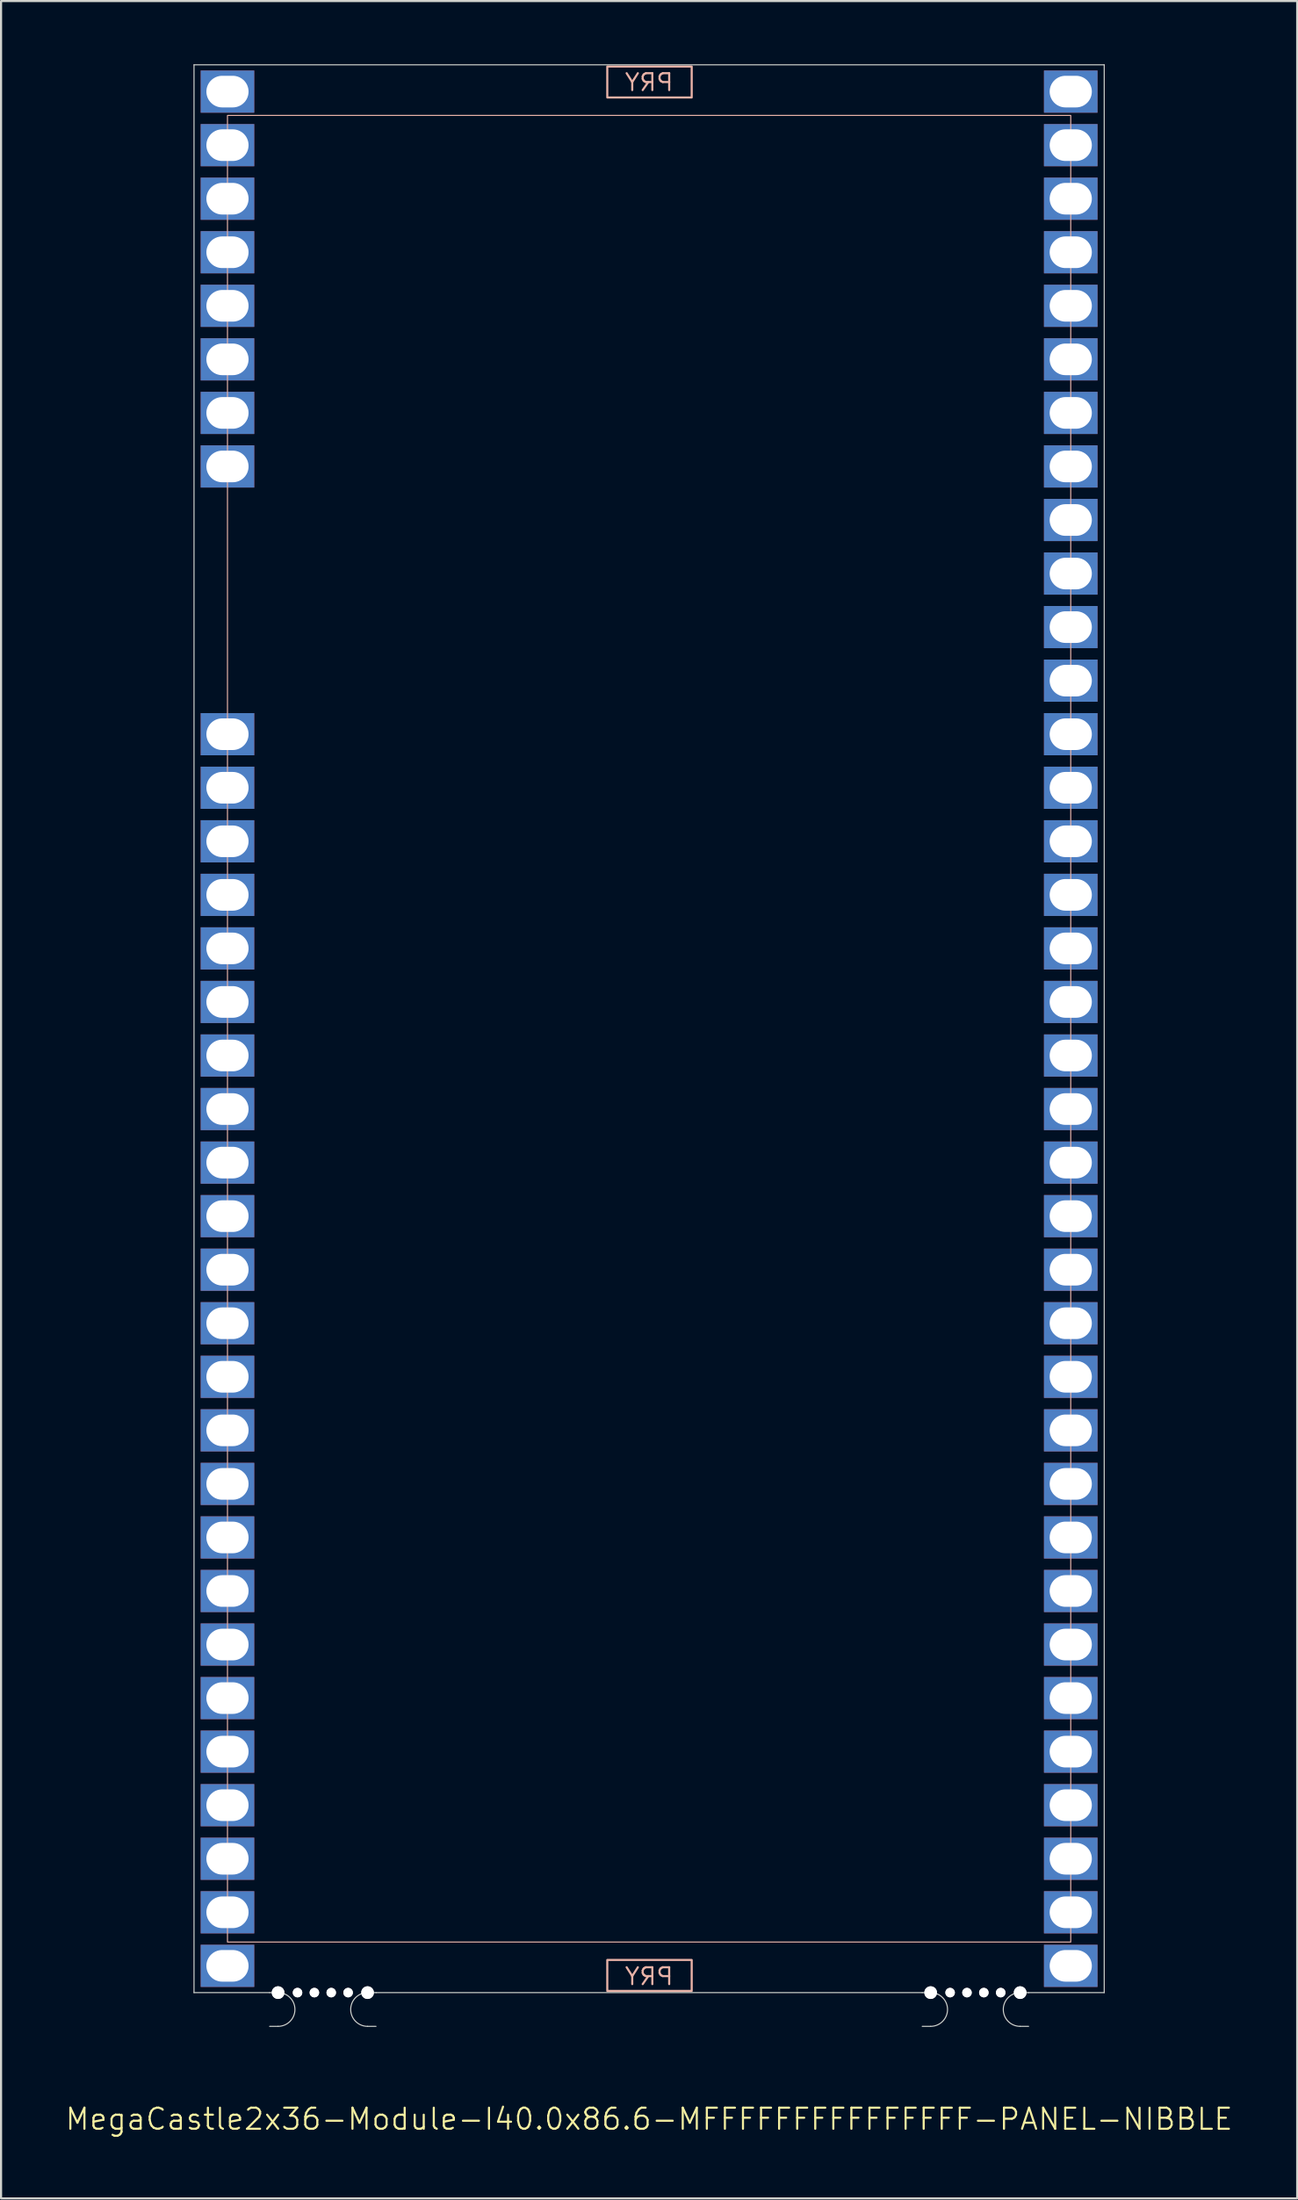
<source format=kicad_pcb>
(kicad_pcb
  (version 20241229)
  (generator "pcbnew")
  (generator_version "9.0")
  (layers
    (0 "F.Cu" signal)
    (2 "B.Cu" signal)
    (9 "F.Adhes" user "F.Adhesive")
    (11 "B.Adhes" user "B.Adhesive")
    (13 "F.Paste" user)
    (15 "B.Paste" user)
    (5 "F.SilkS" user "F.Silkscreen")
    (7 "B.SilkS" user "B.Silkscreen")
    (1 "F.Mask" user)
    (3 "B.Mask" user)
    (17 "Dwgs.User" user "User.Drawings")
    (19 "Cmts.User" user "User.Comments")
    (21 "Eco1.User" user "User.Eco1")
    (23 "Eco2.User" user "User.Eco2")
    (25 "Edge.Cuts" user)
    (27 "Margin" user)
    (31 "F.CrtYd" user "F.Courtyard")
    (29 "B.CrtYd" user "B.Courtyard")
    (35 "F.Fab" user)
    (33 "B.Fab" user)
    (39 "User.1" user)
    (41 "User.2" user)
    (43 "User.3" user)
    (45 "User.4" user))
  (footprint "MegaCastle2x36-Module-I40.0x86.6-MFFFFFFFFFFFFFFF-PANEL-NIBBLE"
    (layer "F.Cu")
    (at 27.74 45.745)
    (property "Reference" "MegaCastle2x36-Module-I40.0x86.6-MFFFFFFFFFFFFFFF-PANEL-NIBBLE" (at 0 51.72 0) (unlocked yes) (layer "F.SilkS") (effects (font (size 1 1) (thickness 0.1))))
    (attr smd)
    (fp_rect (start -20 43.32) (end 20 -43.32) (stroke (width 0.05) (type default)) (fill no) (layer "B.SilkS"))
    (fp_rect (start -1.984 -44.171) (end 2.02 -45.64) (stroke (width 0.1) (type default)) (fill no) (layer "B.SilkS"))
    (fp_rect (start -1.984 44.171) (end 2.02 45.64) (stroke (width 0.1) (type default)) (fill no) (layer "B.SilkS"))
    (fp_line (start -21.587 -45.72) (end -21.587 45.72) (stroke (width 0.05) (type default)) (layer "Edge.Cuts"))
    (fp_line (start -21.587 -45.72) (end 21.587 -45.72) (stroke (width 0.05) (type default)) (layer "Edge.Cuts"))
    (fp_line (start -21.587 45.72) (end -18 45.72) (stroke (width 0.05) (type default)) (layer "Edge.Cuts"))
    (fp_line (start -18 45.72) (end -17.6 45.72) (stroke (width 0.05) (type default)) (layer "Edge.Cuts"))
    (fp_line (start -18 47.32) (end -17.6 47.32) (stroke (width 0.05) (type default)) (layer "Edge.Cuts"))
    (fp_line (start -12.955 45.72) (end -13.355 45.72) (stroke (width 0.05) (type default)) (layer "Edge.Cuts"))
    (fp_line (start -12.955 45.72) (end 12.955 45.72) (stroke (width 0.05) (type default)) (layer "Edge.Cuts"))
    (fp_line (start -12.955 47.32) (end -13.355 47.32) (stroke (width 0.05) (type default)) (layer "Edge.Cuts"))
    (fp_line (start 12.955 45.72) (end 13.355 45.72) (stroke (width 0.05) (type default)) (layer "Edge.Cuts"))
    (fp_line (start 12.955 47.32) (end 13.355 47.32) (stroke (width 0.05) (type default)) (layer "Edge.Cuts"))
    (fp_line (start 18 45.72) (end 17.6 45.72) (stroke (width 0.05) (type default)) (layer "Edge.Cuts"))
    (fp_line (start 18 45.72) (end 21.587 45.72) (stroke (width 0.05) (type default)) (layer "Edge.Cuts"))
    (fp_line (start 18 47.32) (end 17.6 47.32) (stroke (width 0.05) (type default)) (layer "Edge.Cuts"))
    (fp_line (start 21.587 -45.72) (end 21.587 45.72) (stroke (width 0.05) (type default)) (layer "Edge.Cuts"))
    (fp_arc (start -17.6 45.720001) (mid -16.799999 46.52) (end -17.6 47.32) (stroke (width 0.05) (type default)) (layer "Edge.Cuts"))
    (fp_arc (start -13.355 47.32) (mid -14.154999 46.520001) (end -13.355 45.720001) (stroke (width 0.05) (type default)) (layer "Edge.Cuts"))
    (fp_arc (start 13.355001 45.720001) (mid 14.155002 46.52) (end 13.355001 47.32) (stroke (width 0.05) (type default)) (layer "Edge.Cuts"))
    (fp_arc (start 17.600002 47.32) (mid 16.8 46.52) (end 17.600002 45.720001) (stroke (width 0.05) (type default)) (layer "Edge.Cuts"))
    (fp_text user "PRY" (at 0 -44.42 0) (unlocked yes) (layer "B.SilkS") (effects (font (size 0.8 0.8) (thickness 0.1)) (justify bottom mirror)))
    (fp_text user "PRY" (at 0 45.42 0) (unlocked yes) (layer "B.SilkS") (effects (font (size 0.8 0.8) (thickness 0.1)) (justify bottom mirror)))
    (pad "" np_thru_hole circle (at -17.6 45.72) (size 0.6 0.6) (drill 0.6) (layers "*.Cu" "Edge.Cuts"))
    (pad "" np_thru_hole circle (at -16.677 45.72) (size 0.45 0.45) (drill 0.45) (layers "*.Cu" "Edge.Cuts"))
    (pad "" np_thru_hole circle (at -15.878 45.72) (size 0.45 0.45) (drill 0.45) (layers "*.Cu" "Edge.Cuts"))
    (pad "" np_thru_hole circle (at -15.078 45.72) (size 0.45 0.45) (drill 0.45) (layers "*.Cu" "Edge.Cuts"))
    (pad "" np_thru_hole circle (at -14.277 45.72) (size 0.45 0.45) (drill 0.45) (layers "*.Cu" "Edge.Cuts"))
    (pad "" np_thru_hole circle (at -13.355 45.72) (size 0.6 0.6) (drill 0.6) (layers "*.Cu" "Edge.Cuts"))
    (pad "" np_thru_hole circle (at 13.355 45.72) (size 0.6 0.6) (drill 0.6) (layers "*.Cu" "Edge.Cuts"))
    (pad "" np_thru_hole circle (at 14.278 45.72) (size 0.45 0.45) (drill 0.45) (layers "*.Cu" "Edge.Cuts"))
    (pad "" np_thru_hole circle (at 15.078 45.72) (size 0.45 0.45) (drill 0.45) (layers "*.Cu" "Edge.Cuts"))
    (pad "" np_thru_hole circle (at 15.878 45.72) (size 0.45 0.45) (drill 0.45) (layers "*.Cu" "Edge.Cuts"))
    (pad "" np_thru_hole circle (at 16.678 45.72) (size 0.45 0.45) (drill 0.45) (layers "*.Cu" "Edge.Cuts"))
    (pad "" np_thru_hole circle (at 17.6 45.72) (size 0.6 0.6) (drill 0.6) (layers "*.Cu" "Edge.Cuts"))
    (pad "1" thru_hole rect (at -20 -44.45) (size 2.54 2) (drill oval 2 1.5) (property pad_prop_castellated) (layers "*.Cu" "*.Mask"))
    (pad "2" thru_hole rect (at -20 -41.91) (size 2.54 2) (drill oval 2 1.5) (property pad_prop_castellated) (layers "*.Cu" "*.Mask"))
    (pad "3" thru_hole rect (at -20 -39.37) (size 2.54 2) (drill oval 2 1.5) (property pad_prop_castellated) (layers "*.Cu" "*.Mask"))
    (pad "4" thru_hole rect (at -20 -36.83) (size 2.54 2) (drill oval 2 1.5) (property pad_prop_castellated) (layers "*.Cu" "*.Mask"))
    (pad "5" thru_hole rect (at -20 -34.29) (size 2.54 2) (drill oval 2 1.5) (property pad_prop_castellated) (layers "*.Cu" "*.Mask"))
    (pad "6" thru_hole rect (at -20 -31.75) (size 2.54 2) (drill oval 2 1.5) (property pad_prop_castellated) (layers "*.Cu" "*.Mask"))
    (pad "7" thru_hole rect (at -20 -29.21) (size 2.54 2) (drill oval 2 1.5) (property pad_prop_castellated) (layers "*.Cu" "*.Mask"))
    (pad "8" thru_hole rect (at -20 -26.67) (size 2.54 2) (drill oval 2 1.5) (property pad_prop_castellated) (layers "*.Cu" "*.Mask"))
    (pad "13" thru_hole rect (at -20 -13.97) (size 2.54 2) (drill oval 2 1.5) (property pad_prop_castellated) (layers "*.Cu" "*.Mask"))
    (pad "14" thru_hole rect (at -20 -11.43) (size 2.54 2) (drill oval 2 1.5) (property pad_prop_castellated) (layers "*.Cu" "*.Mask"))
    (pad "15" thru_hole rect (at -20 -8.89) (size 2.54 2) (drill oval 2 1.5) (property pad_prop_castellated) (layers "*.Cu" "*.Mask"))
    (pad "16" thru_hole rect (at -20 -6.35) (size 2.54 2) (drill oval 2 1.5) (property pad_prop_castellated) (layers "*.Cu" "*.Mask"))
    (pad "17" thru_hole rect (at -20 -3.81) (size 2.54 2) (drill oval 2 1.5) (property pad_prop_castellated) (layers "*.Cu" "*.Mask"))
    (pad "18" thru_hole rect (at -20 -1.27) (size 2.54 2) (drill oval 2 1.5) (property pad_prop_castellated) (layers "*.Cu" "*.Mask"))
    (pad "19" thru_hole rect (at -20 1.27) (size 2.54 2) (drill oval 2 1.5) (property pad_prop_castellated) (layers "*.Cu" "*.Mask"))
    (pad "20" thru_hole rect (at -20 3.81) (size 2.54 2) (drill oval 2 1.5) (property pad_prop_castellated) (layers "*.Cu" "*.Mask"))
    (pad "21" thru_hole rect (at -20 6.35) (size 2.54 2) (drill oval 2 1.5) (property pad_prop_castellated) (layers "*.Cu" "*.Mask"))
    (pad "22" thru_hole rect (at -20 8.89) (size 2.54 2) (drill oval 2 1.5) (property pad_prop_castellated) (layers "*.Cu" "*.Mask"))
    (pad "23" thru_hole rect (at -20 11.43) (size 2.54 2) (drill oval 2 1.5) (property pad_prop_castellated) (layers "*.Cu" "*.Mask"))
    (pad "24" thru_hole rect (at -20 13.97) (size 2.54 2) (drill oval 2 1.5) (property pad_prop_castellated) (layers "*.Cu" "*.Mask"))
    (pad "25" thru_hole rect (at -20 16.51) (size 2.54 2) (drill oval 2 1.5) (property pad_prop_castellated) (layers "*.Cu" "*.Mask"))
    (pad "26" thru_hole rect (at -20 19.05) (size 2.54 2) (drill oval 2 1.5) (property pad_prop_castellated) (layers "*.Cu" "*.Mask"))
    (pad "27" thru_hole rect (at -20 21.59) (size 2.54 2) (drill oval 2 1.5) (property pad_prop_castellated) (layers "*.Cu" "*.Mask"))
    (pad "28" thru_hole rect (at -20 24.13) (size 2.54 2) (drill oval 2 1.5) (property pad_prop_castellated) (layers "*.Cu" "*.Mask"))
    (pad "29" thru_hole rect (at -20 26.67) (size 2.54 2) (drill oval 2 1.5) (property pad_prop_castellated) (layers "*.Cu" "*.Mask"))
    (pad "30" thru_hole rect (at -20 29.21) (size 2.54 2) (drill oval 2 1.5) (property pad_prop_castellated) (layers "*.Cu" "*.Mask"))
    (pad "31" thru_hole rect (at -20 31.75) (size 2.54 2) (drill oval 2 1.5) (property pad_prop_castellated) (layers "*.Cu" "*.Mask"))
    (pad "32" thru_hole rect (at -20 34.29) (size 2.54 2) (drill oval 2 1.5) (property pad_prop_castellated) (layers "*.Cu" "*.Mask"))
    (pad "33" thru_hole rect (at -20 36.83) (size 2.54 2) (drill oval 2 1.5) (property pad_prop_castellated) (layers "*.Cu" "*.Mask"))
    (pad "34" thru_hole rect (at -20 39.37) (size 2.54 2) (drill oval 2 1.5) (property pad_prop_castellated) (layers "*.Cu" "*.Mask"))
    (pad "35" thru_hole rect (at -20 41.91) (size 2.54 2) (drill oval 2 1.5) (property pad_prop_castellated) (layers "*.Cu" "*.Mask"))
    (pad "36" thru_hole rect (at -20 44.45) (size 2.54 2) (drill oval 2 1.5) (property pad_prop_castellated) (layers "*.Cu" "*.Mask"))
    (pad "37" thru_hole rect (at 20 -44.45) (size 2.54 2) (drill oval 2 1.5) (property pad_prop_castellated) (layers "*.Cu" "*.Mask"))
    (pad "38" thru_hole rect (at 20 -41.91) (size 2.54 2) (drill oval 2 1.5) (property pad_prop_castellated) (layers "*.Cu" "*.Mask"))
    (pad "39" thru_hole rect (at 20 -39.37) (size 2.54 2) (drill oval 2 1.5) (property pad_prop_castellated) (layers "*.Cu" "*.Mask"))
    (pad "40" thru_hole rect (at 20 -36.83) (size 2.54 2) (drill oval 2 1.5) (property pad_prop_castellated) (layers "*.Cu" "*.Mask"))
    (pad "41" thru_hole rect (at 20 -34.29) (size 2.54 2) (drill oval 2 1.5) (property pad_prop_castellated) (layers "*.Cu" "*.Mask"))
    (pad "42" thru_hole rect (at 20 -31.75) (size 2.54 2) (drill oval 2 1.5) (property pad_prop_castellated) (layers "*.Cu" "*.Mask"))
    (pad "43" thru_hole rect (at 20 -29.21) (size 2.54 2) (drill oval 2 1.5) (property pad_prop_castellated) (layers "*.Cu" "*.Mask"))
    (pad "44" thru_hole rect (at 20 -26.67) (size 2.54 2) (drill oval 2 1.5) (property pad_prop_castellated) (layers "*.Cu" "*.Mask"))
    (pad "45" thru_hole rect (at 20 -24.13) (size 2.54 2) (drill oval 2 1.5) (property pad_prop_castellated) (layers "*.Cu" "*.Mask"))
    (pad "46" thru_hole rect (at 20 -21.59) (size 2.54 2) (drill oval 2 1.5) (property pad_prop_castellated) (layers "*.Cu" "*.Mask"))
    (pad "47" thru_hole rect (at 20 -19.05) (size 2.54 2) (drill oval 2 1.5) (property pad_prop_castellated) (layers "*.Cu" "*.Mask"))
    (pad "48" thru_hole rect (at 20 -16.51) (size 2.54 2) (drill oval 2 1.5) (property pad_prop_castellated) (layers "*.Cu" "*.Mask"))
    (pad "49" thru_hole rect (at 20 -13.97) (size 2.54 2) (drill oval 2 1.5) (property pad_prop_castellated) (layers "*.Cu" "*.Mask"))
    (pad "50" thru_hole rect (at 20 -11.43) (size 2.54 2) (drill oval 2 1.5) (property pad_prop_castellated) (layers "*.Cu" "*.Mask"))
    (pad "51" thru_hole rect (at 20 -8.89) (size 2.54 2) (drill oval 2 1.5) (property pad_prop_castellated) (layers "*.Cu" "*.Mask"))
    (pad "52" thru_hole rect (at 20 -6.35) (size 2.54 2) (drill oval 2 1.5) (property pad_prop_castellated) (layers "*.Cu" "*.Mask"))
    (pad "53" thru_hole rect (at 20 -3.81) (size 2.54 2) (drill oval 2 1.5) (property pad_prop_castellated) (layers "*.Cu" "*.Mask"))
    (pad "54" thru_hole rect (at 20 -1.27) (size 2.54 2) (drill oval 2 1.5) (property pad_prop_castellated) (layers "*.Cu" "*.Mask"))
    (pad "55" thru_hole rect (at 20 1.27) (size 2.54 2) (drill oval 2 1.5) (property pad_prop_castellated) (layers "*.Cu" "*.Mask"))
    (pad "56" thru_hole rect (at 20 3.81) (size 2.54 2) (drill oval 2 1.5) (property pad_prop_castellated) (layers "*.Cu" "*.Mask"))
    (pad "57" thru_hole rect (at 20 6.35) (size 2.54 2) (drill oval 2 1.5) (property pad_prop_castellated) (layers "*.Cu" "*.Mask"))
    (pad "58" thru_hole rect (at 20 8.89) (size 2.54 2) (drill oval 2 1.5) (property pad_prop_castellated) (layers "*.Cu" "*.Mask"))
    (pad "59" thru_hole rect (at 20 11.43) (size 2.54 2) (drill oval 2 1.5) (property pad_prop_castellated) (layers "*.Cu" "*.Mask"))
    (pad "60" thru_hole rect (at 20 13.97) (size 2.54 2) (drill oval 2 1.5) (property pad_prop_castellated) (layers "*.Cu" "*.Mask"))
    (pad "61" thru_hole rect (at 20 16.51) (size 2.54 2) (drill oval 2 1.5) (property pad_prop_castellated) (layers "*.Cu" "*.Mask"))
    (pad "62" thru_hole rect (at 20 19.05) (size 2.54 2) (drill oval 2 1.5) (property pad_prop_castellated) (layers "*.Cu" "*.Mask"))
    (pad "63" thru_hole rect (at 20 21.59) (size 2.54 2) (drill oval 2 1.5) (property pad_prop_castellated) (layers "*.Cu" "*.Mask"))
    (pad "64" thru_hole rect (at 20 24.13) (size 2.54 2) (drill oval 2 1.5) (property pad_prop_castellated) (layers "*.Cu" "*.Mask"))
    (pad "65" thru_hole rect (at 20 26.67) (size 2.54 2) (drill oval 2 1.5) (property pad_prop_castellated) (layers "*.Cu" "*.Mask"))
    (pad "66" thru_hole rect (at 20 29.21) (size 2.54 2) (drill oval 2 1.5) (property pad_prop_castellated) (layers "*.Cu" "*.Mask"))
    (pad "67" thru_hole rect (at 20 31.75) (size 2.54 2) (drill oval 2 1.5) (property pad_prop_castellated) (layers "*.Cu" "*.Mask"))
    (pad "68" thru_hole rect (at 20 34.29) (size 2.54 2) (drill oval 2 1.5) (property pad_prop_castellated) (layers "*.Cu" "*.Mask"))
    (pad "69" thru_hole rect (at 20 36.83) (size 2.54 2) (drill oval 2 1.5) (property pad_prop_castellated) (layers "*.Cu" "*.Mask"))
    (pad "70" thru_hole rect (at 20 39.37) (size 2.54 2) (drill oval 2 1.5) (property pad_prop_castellated) (layers "*.Cu" "*.Mask"))
    (pad "71" thru_hole rect (at 20 41.91) (size 2.54 2) (drill oval 2 1.5) (property pad_prop_castellated) (layers "*.Cu" "*.Mask"))
    (pad "72" thru_hole rect (at 20 44.45) (size 2.54 2) (drill oval 2 1.5) (property pad_prop_castellated) (layers "*.Cu" "*.Mask"))
    (zone (net_name "") (layer "B.Cu") (hatch edge 0.5) (connect_pads) (min_thickness 0.25) (filled_areas_thickness no) (keepout (tracks allowed) (vias allowed) (pads allowed) (copperpour allowed) (footprints not_allowed)) (placement (enabled no)) (fill) (polygon (pts (xy 7.74 91.465) (xy 7.74 0.025))))
    (zone (net_name "") (layer "B.Cu") (hatch edge 0.5) (connect_pads) (min_thickness 0.25) (filled_areas_thickness no) (keepout (tracks allowed) (vias allowed) (pads allowed) (copperpour allowed) (footprints not_allowed)) (placement (enabled no)) (fill) (polygon (pts (xy 47.74 91.465) (xy 47.74 0.025))))
    (zone (net_name "") (layer "B.Cu") (hatch edge 0.5) (connect_pads) (min_thickness 0.25) (filled_areas_thickness no) (keepout (tracks allowed) (vias allowed) (pads allowed) (copperpour allowed) (footprints not_allowed)) (placement (enabled no)) (fill) (polygon (pts (xy 7.74 0.025) (xy 7.74 2.425) (xy 47.74 2.425) (xy 47.74 0.025))))
    (zone (net_name "") (layer "B.Cu") (hatch edge 0.5) (connect_pads) (min_thickness 0.25) (filled_areas_thickness no) (keepout (tracks allowed) (vias allowed) (pads allowed) (copperpour allowed) (footprints not_allowed)) (placement (enabled no)) (fill) (polygon (pts (xy 7.74 91.465) (xy 7.74 89.065) (xy 47.74 89.065) (xy 47.74 91.465))))
    (zone (net_name "") (layer "B.Cu") (name "Upper Pry Zone") (hatch edge 0.5) (connect_pads) (min_thickness 0.25) (filled_areas_thickness no) (keepout (tracks not_allowed) (vias not_allowed) (pads not_allowed) (copperpour allowed) (footprints not_allowed)) (placement (enabled no)) (fill) (polygon (pts (xy 25.756 1.574) (xy 25.756 0.105) (xy 29.76 0.105) (xy 29.76 1.574))))
    (zone (net_name "") (layer "B.Cu") (name "Upper Pry Zone") (hatch edge 0.5) (connect_pads) (min_thickness 0.25) (filled_areas_thickness no) (keepout (tracks not_allowed) (vias not_allowed) (pads not_allowed) (copperpour allowed) (footprints not_allowed)) (placement (enabled no)) (fill) (polygon (pts (xy 25.756 89.916) (xy 25.756 91.385) (xy 29.76 91.385) (xy 29.76 89.916)))))
  (gr_rect
    (start -3 -3)
    (end 58.481 101.226)
    (stroke (width 0.1) (type default))
    (fill no)
    (layer "Edge.Cuts")))
</source>
